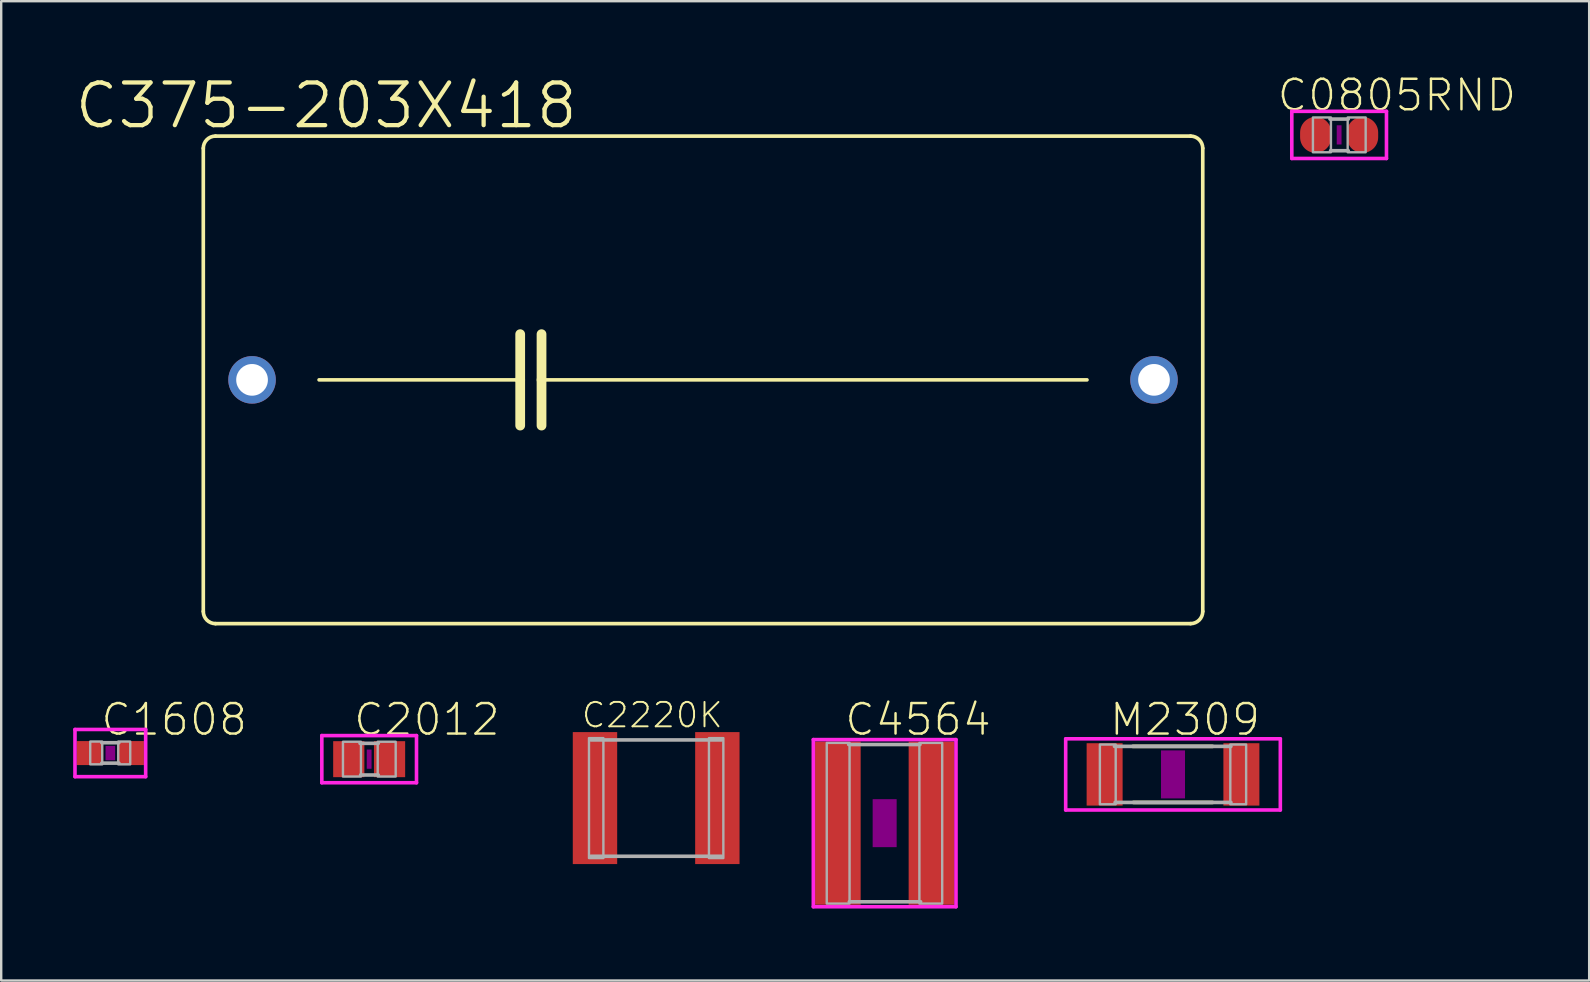
<source format=kicad_pcb>
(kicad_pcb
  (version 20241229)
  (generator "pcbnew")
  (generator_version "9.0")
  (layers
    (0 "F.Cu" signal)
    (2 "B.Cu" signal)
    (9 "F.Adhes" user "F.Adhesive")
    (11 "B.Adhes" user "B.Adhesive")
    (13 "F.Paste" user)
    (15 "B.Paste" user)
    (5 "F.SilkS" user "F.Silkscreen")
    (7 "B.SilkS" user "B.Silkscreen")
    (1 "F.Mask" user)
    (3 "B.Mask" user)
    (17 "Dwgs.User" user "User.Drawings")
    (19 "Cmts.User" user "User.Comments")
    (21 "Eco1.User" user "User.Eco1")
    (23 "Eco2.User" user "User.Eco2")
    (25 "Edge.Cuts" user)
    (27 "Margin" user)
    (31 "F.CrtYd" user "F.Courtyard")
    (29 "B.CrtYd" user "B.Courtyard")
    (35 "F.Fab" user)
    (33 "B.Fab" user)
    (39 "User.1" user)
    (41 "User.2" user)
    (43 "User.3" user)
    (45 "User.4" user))
  (footprint "C2012"
    (layer "F.Cu")
    (at 12.336 28.591)
    (property "Reference" "C2012" (at 2.407 -1.651 0) (layer "F.SilkS") (effects (font (size 1.27 1.27) (thickness 0.102))))
    (attr through_hole)
    (fp_poly (pts (xy -0.1 -0.4) (xy 0.1 -0.4) (xy 0.1 0.4) (xy -0.1 0.4)) (stroke (width 0) (type solid)) (fill yes) (layer "F.Adhes"))
    (fp_line (start -1.973 -0.983) (end 1.973 -0.983) (stroke (width 0.15) (type solid)) (layer "F.CrtYd"))
    (fp_line (start -1.973 0.983) (end -1.973 -0.983) (stroke (width 0.15) (type solid)) (layer "F.CrtYd"))
    (fp_line (start 1.973 -0.983) (end 1.973 0.983) (stroke (width 0.15) (type solid)) (layer "F.CrtYd"))
    (fp_line (start 1.973 0.983) (end -1.973 0.983) (stroke (width 0.15) (type solid)) (layer "F.CrtYd"))
    (fp_line (start -0.381 -0.66) (end 0.381 -0.66) (stroke (width 0.15) (type solid)) (layer "F.Fab"))
    (fp_line (start -0.356 0.66) (end 0.381 0.66) (stroke (width 0.15) (type solid)) (layer "F.Fab"))
    (fp_poly (pts (xy -1.092 -0.726) (xy -0.342 -0.726) (xy -0.342 0.724) (xy -1.092 0.724)) (stroke (width 0.1) (type solid)) (fill no) (layer "F.Fab"))
    (fp_poly (pts (xy 0.356 -0.726) (xy 1.106 -0.726) (xy 1.106 0.724) (xy 0.356 0.724)) (stroke (width 0.1) (type solid)) (fill no) (layer "F.Fab"))
    (pad "1" smd rect (at -0.85 0) (size 1.3 1.5) (layers "F.Cu" "F.Mask" "F.Paste"))
    (pad "2" smd rect (at 0.85 0) (size 1.3 1.5) (layers "F.Cu" "F.Mask" "F.Paste")))
  (footprint "C1608"
    (layer "F.Cu")
    (at 1.548 28.337)
    (property "Reference" "C1608" (at 2.661 -1.397 0) (layer "F.SilkS") (effects (font (size 1.27 1.27) (thickness 0.102))))
    (attr through_hole)
    (fp_poly (pts (xy -0.2 -0.3) (xy 0.2 -0.3) (xy 0.2 0.3) (xy -0.2 0.3)) (stroke (width 0) (type solid)) (fill yes) (layer "F.Adhes"))
    (fp_line (start -1.473 -0.983) (end 1.473 -0.983) (stroke (width 0.15) (type solid)) (layer "F.CrtYd"))
    (fp_line (start -1.473 0.983) (end -1.473 -0.983) (stroke (width 0.15) (type solid)) (layer "F.CrtYd"))
    (fp_line (start 1.473 -0.983) (end 1.473 0.983) (stroke (width 0.15) (type solid)) (layer "F.CrtYd"))
    (fp_line (start 1.473 0.983) (end -1.473 0.983) (stroke (width 0.15) (type solid)) (layer "F.CrtYd"))
    (fp_line (start -0.356 -0.432) (end 0.356 -0.432) (stroke (width 0.15) (type solid)) (layer "F.Fab"))
    (fp_line (start -0.356 0.419) (end 0.356 0.419) (stroke (width 0.15) (type solid)) (layer "F.Fab"))
    (fp_poly (pts (xy -0.838 -0.48) (xy -0.338 -0.48) (xy -0.338 0.47) (xy -0.838 0.47)) (stroke (width 0.1) (type solid)) (fill no) (layer "F.Fab"))
    (fp_poly (pts (xy 0.33 -0.48) (xy 0.83 -0.48) (xy 0.83 0.47) (xy 0.33 0.47)) (stroke (width 0.1) (type solid)) (fill no) (layer "F.Fab"))
    (pad "1" smd rect (at -0.85 0) (size 1.1 1) (layers "F.Cu" "F.Mask" "F.Paste"))
    (pad "2" smd rect (at 0.85 0) (size 1.1 1) (layers "F.Cu" "F.Mask" "F.Paste")))
  (footprint "C2220K"
    (layer "F.Cu")
    (at 24.298 30.213)
    (property "Reference" "C2220K" (at -0.163 -3.458 0) (layer "F.SilkS") (effects (font (size 1.016 1.016) (thickness 0.081))))
    (attr through_hole)
    (fp_line (start -2.725 -2.425) (end 2.725 -2.425) (stroke (width 0.15) (type solid)) (layer "F.Fab"))
    (fp_line (start 2.725 2.425) (end -2.725 2.425) (stroke (width 0.15) (type solid)) (layer "F.Fab"))
    (fp_poly (pts (xy -2.8 -2.5) (xy -2.2 -2.5) (xy -2.2 2.5) (xy -2.8 2.5)) (stroke (width 0.1) (type solid)) (fill no) (layer "F.Fab"))
    (fp_poly (pts (xy 2.2 -2.5) (xy 2.8 -2.5) (xy 2.8 2.5) (xy 2.2 2.5)) (stroke (width 0.1) (type solid)) (fill no) (layer "F.Fab"))
    (pad "1" smd rect (at -2.55 0) (size 1.85 5.5) (layers "F.Cu" "F.Mask" "F.Paste"))
    (pad "2" smd rect (at 2.55 0) (size 1.85 5.5) (layers "F.Cu" "F.Mask" "F.Paste")))
  (footprint "C4564"
    (layer "F.Cu")
    (at 33.821 31.258)
    (property "Reference" "C4564" (at 1.391 -4.318 0) (layer "F.SilkS") (effects (font (size 1.27 1.27) (thickness 0.102))))
    (attr through_hole)
    (fp_poly (pts (xy -0.5 -1) (xy 0.5 -1) (xy 0.5 1) (xy -0.5 1)) (stroke (width 0) (type solid)) (fill yes) (layer "F.Adhes"))
    (fp_line (start -2.973 -3.483) (end 2.973 -3.483) (stroke (width 0.15) (type solid)) (layer "F.CrtYd"))
    (fp_line (start -2.973 3.483) (end -2.973 -3.483) (stroke (width 0.15) (type solid)) (layer "F.CrtYd"))
    (fp_line (start 2.973 -3.483) (end 2.973 3.483) (stroke (width 0.15) (type solid)) (layer "F.CrtYd"))
    (fp_line (start 2.973 3.483) (end -2.973 3.483) (stroke (width 0.15) (type solid)) (layer "F.CrtYd"))
    (fp_line (start -1.499 -3.277) (end 1.473 -3.277) (stroke (width 0.15) (type solid)) (layer "F.Fab"))
    (fp_line (start -1.473 3.277) (end 1.499 3.277) (stroke (width 0.15) (type solid)) (layer "F.Fab"))
    (fp_poly (pts (xy -2.413 -3.347) (xy -1.463 -3.347) (xy -1.463 3.353) (xy -2.413 3.353)) (stroke (width 0.1) (type solid)) (fill no) (layer "F.Fab"))
    (fp_poly (pts (xy 1.448 -3.347) (xy 2.398 -3.347) (xy 2.398 3.353) (xy 1.448 3.353)) (stroke (width 0.1) (type solid)) (fill no) (layer "F.Fab"))
    (pad "1" smd rect (at -1.95 0) (size 1.9 6.8) (layers "F.Cu" "F.Mask" "F.Paste"))
    (pad "2" smd rect (at 1.95 0) (size 1.9 6.8) (layers "F.Cu" "F.Mask" "F.Paste")))
  (footprint "C375-203X418"
    (layer "F.Cu")
    (at 26.251 12.782)
    (property "Reference" "C375-203X418" (at -15.706 -11.43 0) (layer "F.SilkS") (effects (font (size 1.778 1.778) (thickness 0.178))))
    (attr through_hole)
    (fp_line (start -20.828 9.652) (end -20.828 -9.652) (stroke (width 0.152) (type solid)) (layer "F.SilkS"))
    (fp_line (start -20.32 -10.16) (end 20.32 -10.16) (stroke (width 0.152) (type solid)) (layer "F.SilkS"))
    (fp_line (start -16.002 0) (end -7.62 0) (stroke (width 0.152) (type solid)) (layer "F.SilkS"))
    (fp_line (start -7.62 -1.905) (end -7.62 0) (stroke (width 0.406) (type solid)) (layer "F.SilkS"))
    (fp_line (start -7.62 0) (end -7.62 1.905) (stroke (width 0.406) (type solid)) (layer "F.SilkS"))
    (fp_line (start -6.731 -1.905) (end -6.731 0) (stroke (width 0.406) (type solid)) (layer "F.SilkS"))
    (fp_line (start -6.731 0) (end -6.731 1.905) (stroke (width 0.406) (type solid)) (layer "F.SilkS"))
    (fp_line (start -6.731 0) (end 16.002 0) (stroke (width 0.152) (type solid)) (layer "F.SilkS"))
    (fp_line (start 20.32 10.16) (end -20.32 10.16) (stroke (width 0.152) (type solid)) (layer "F.SilkS"))
    (fp_line (start 20.828 -9.652) (end 20.828 9.652) (stroke (width 0.152) (type solid)) (layer "F.SilkS"))
    (fp_arc (start -20.828 -9.652) (mid -20.67921 -10.01121) (end -20.32 -10.16) (stroke (width 0.1524) (type solid)) (layer "F.SilkS"))
    (fp_arc (start -20.32 10.16) (mid -20.67921 10.01121) (end -20.828 9.652) (stroke (width 0.1524) (type solid)) (layer "F.SilkS"))
    (fp_arc (start 20.32 -10.16) (mid 20.67921 -10.01121) (end 20.828 -9.652) (stroke (width 0.1524) (type solid)) (layer "F.SilkS"))
    (fp_arc (start 20.828 9.652) (mid 20.67921 10.01121) (end 20.32 10.16) (stroke (width 0.1524) (type solid)) (layer "F.SilkS"))
    (pad "1" thru_hole circle (at -18.796 0) (size 1.981 1.981) (drill 1.321) (layers "*.Cu" "*.Mask"))
    (pad "2" thru_hole circle (at 18.796 0) (size 1.981 1.981) (drill 1.321) (layers "*.Cu" "*.Mask")))
  (footprint "M2309"
    (layer "F.Cu")
    (at 45.839 29.226)
    (property "Reference" "M2309" (at 0.502 -2.286 0) (layer "F.SilkS") (effects (font (size 1.27 1.27) (thickness 0.102))))
    (attr through_hole)
    (fp_line (start 1.651 -1.168) (end -1.676 -1.168) (stroke (width 0.152) (type solid)) (layer "F.SilkS"))
    (fp_line (start 1.651 1.168) (end -1.651 1.168) (stroke (width 0.152) (type solid)) (layer "F.SilkS"))
    (fp_poly (pts (xy -0.5 -1) (xy 0.5 -1) (xy 0.5 1) (xy -0.5 1)) (stroke (width 0) (type solid)) (fill yes) (layer "F.Adhes"))
    (fp_line (start -4.473 -1.483) (end 4.473 -1.483) (stroke (width 0.15) (type solid)) (layer "F.CrtYd"))
    (fp_line (start -4.473 1.483) (end -4.473 -1.483) (stroke (width 0.15) (type solid)) (layer "F.CrtYd"))
    (fp_line (start 4.473 -1.483) (end 4.473 1.483) (stroke (width 0.15) (type solid)) (layer "F.CrtYd"))
    (fp_line (start 4.473 1.483) (end -4.473 1.483) (stroke (width 0.15) (type solid)) (layer "F.CrtYd"))
    (fp_line (start 2.413 -1.168) (end -2.438 -1.168) (stroke (width 0.152) (type solid)) (layer "F.Fab"))
    (fp_line (start 2.413 1.168) (end -2.413 1.168) (stroke (width 0.152) (type solid)) (layer "F.Fab"))
    (fp_poly (pts (xy -3.048 -1.245) (xy -2.388 -1.245) (xy -2.388 1.245) (xy -3.048 1.245)) (stroke (width 0.1) (type solid)) (fill no) (layer "F.Fab"))
    (fp_poly (pts (xy 2.388 -1.245) (xy 3.048 -1.245) (xy 3.048 1.245) (xy 2.388 1.245)) (stroke (width 0.1) (type solid)) (fill no) (layer "F.Fab"))
    (pad "1" smd rect (at -2.85 0) (size 1.5 2.6) (layers "F.Cu" "F.Mask" "F.Paste"))
    (pad "2" smd rect (at 2.85 0) (size 1.5 2.6) (layers "F.Cu" "F.Mask" "F.Paste")))
  (footprint "C0805RND"
    (layer "F.Cu")
    (at 52.763 2.572)
    (property "Reference" "C0805RND" (at 2.407 -1.651 0) (layer "F.SilkS") (effects (font (size 1.27 1.27) (thickness 0.102))))
    (attr through_hole)
    (fp_poly (pts (xy -0.1 -0.4) (xy 0.1 -0.4) (xy 0.1 0.4) (xy -0.1 0.4)) (stroke (width 0) (type solid)) (fill yes) (layer "F.Adhes"))
    (fp_line (start -1.973 -0.983) (end 1.973 -0.983) (stroke (width 0.15) (type solid)) (layer "F.CrtYd"))
    (fp_line (start -1.973 0.983) (end -1.973 -0.983) (stroke (width 0.15) (type solid)) (layer "F.CrtYd"))
    (fp_line (start 1.973 -0.983) (end 1.973 0.983) (stroke (width 0.15) (type solid)) (layer "F.CrtYd"))
    (fp_line (start 1.973 0.983) (end -1.973 0.983) (stroke (width 0.15) (type solid)) (layer "F.CrtYd"))
    (fp_line (start -0.381 -0.66) (end 0.381 -0.66) (stroke (width 0.15) (type solid)) (layer "F.Fab"))
    (fp_line (start -0.356 0.66) (end 0.381 0.66) (stroke (width 0.15) (type solid)) (layer "F.Fab"))
    (fp_poly (pts (xy -1.092 -0.726) (xy -0.342 -0.726) (xy -0.342 0.724) (xy -1.092 0.724)) (stroke (width 0.1) (type solid)) (fill no) (layer "F.Fab"))
    (fp_poly (pts (xy 0.356 -0.726) (xy 1.106 -0.726) (xy 1.106 0.724) (xy 0.356 0.724)) (stroke (width 0.1) (type solid)) (fill no) (layer "F.Fab"))
    (pad "1" smd oval (at -0.977 0) (size 1.3 1.5) (layers "F.Cu" "F.Mask" "F.Paste"))
    (pad "2" smd oval (at 0.977 0) (size 1.3 1.5) (layers "F.Cu" "F.Mask" "F.Paste")))
  (gr_rect
    (start -3 -3)
    (end 63.184 37.816)
    (stroke (width 0.1) (type default))
    (fill no)
    (layer "Edge.Cuts")))
</source>
